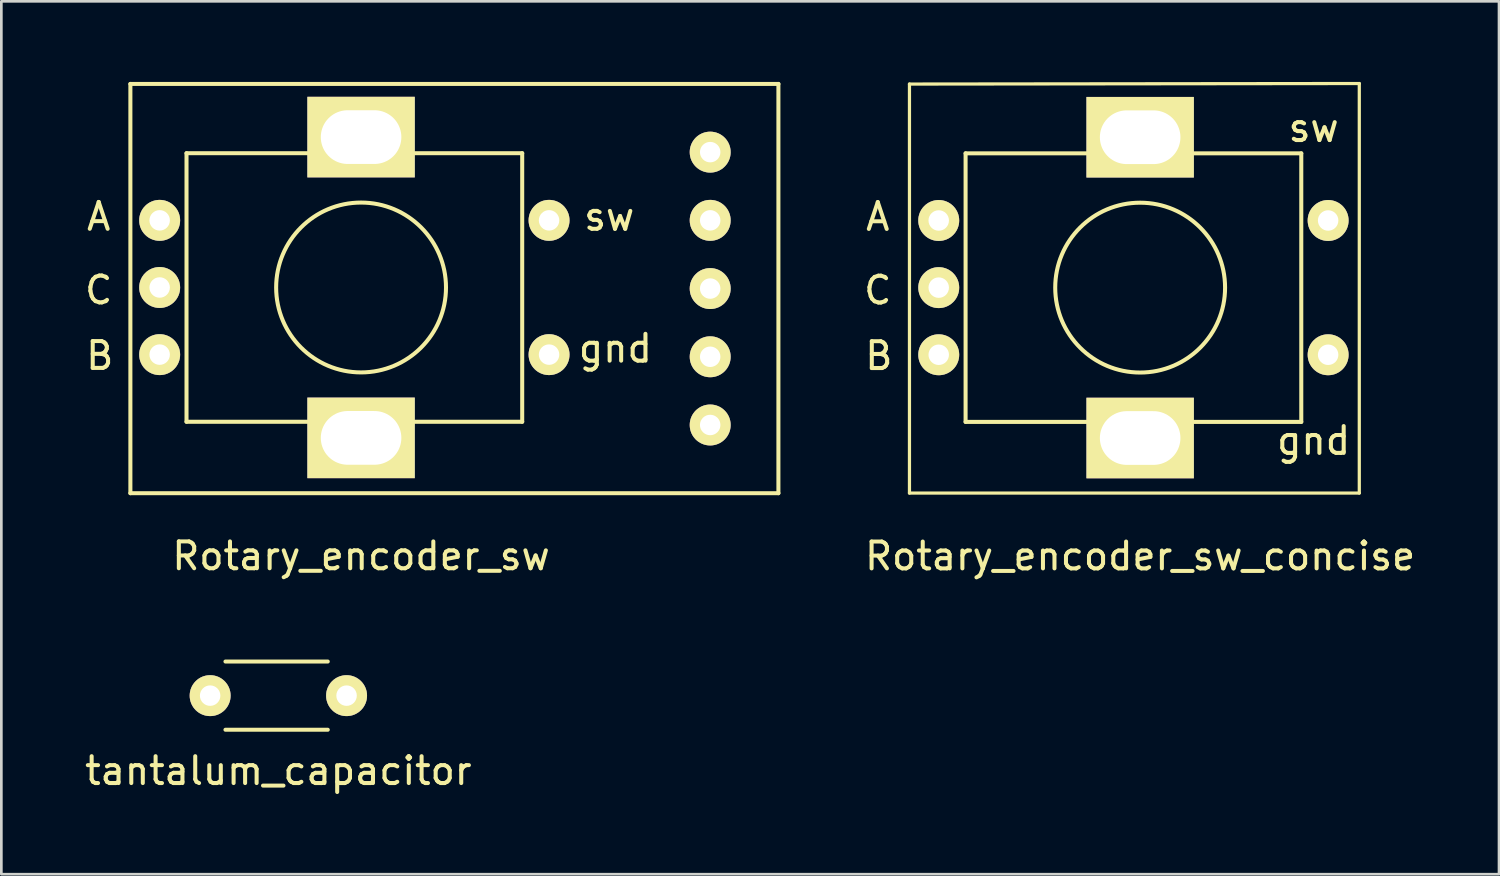
<source format=kicad_pcb>
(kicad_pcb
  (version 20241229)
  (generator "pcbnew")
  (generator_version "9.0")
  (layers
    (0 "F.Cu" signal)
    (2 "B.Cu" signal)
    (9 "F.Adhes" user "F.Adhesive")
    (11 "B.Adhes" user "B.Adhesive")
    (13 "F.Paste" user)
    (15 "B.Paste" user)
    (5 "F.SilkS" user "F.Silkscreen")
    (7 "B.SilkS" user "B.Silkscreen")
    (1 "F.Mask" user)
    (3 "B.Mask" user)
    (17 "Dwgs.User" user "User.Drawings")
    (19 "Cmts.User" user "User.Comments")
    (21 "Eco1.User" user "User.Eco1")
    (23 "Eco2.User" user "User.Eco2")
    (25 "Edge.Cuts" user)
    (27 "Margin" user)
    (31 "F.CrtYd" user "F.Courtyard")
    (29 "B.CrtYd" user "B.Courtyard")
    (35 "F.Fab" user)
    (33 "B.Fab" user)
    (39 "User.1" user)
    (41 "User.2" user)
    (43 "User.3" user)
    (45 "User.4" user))
  (footprint "Rotary_encoder_sw_concise"
    (layer "F.Cu")
    (at 39.415 7.76)
    (property "Reference" "Rotary_encoder_sw_concise" (at -0.01 9.9 0) (layer "F.SilkS") (effects (font (size 1 1) (thickness 0.15))))
    (attr through_hole)
    (fp_line (start -8.6 -7.68) (end 8.15 -7.7) (stroke (width 0.12) (type solid)) (layer "F.SilkS"))
    (fp_line (start -8.6 7.55) (end -8.6 -7.68) (stroke (width 0.12) (type solid)) (layer "F.SilkS"))
    (fp_line (start -6.51 -5.1) (end -6.51 4.9) (stroke (width 0.15) (type solid)) (layer "F.SilkS"))
    (fp_line (start -6.51 4.9) (end -2.01 4.9) (stroke (width 0.15) (type solid)) (layer "F.SilkS"))
    (fp_line (start -2.01 -5.1) (end -6.51 -5.1) (stroke (width 0.15) (type solid)) (layer "F.SilkS"))
    (fp_line (start 1.99 -5.1) (end 5.99 -5.1) (stroke (width 0.15) (type solid)) (layer "F.SilkS"))
    (fp_line (start 5.99 -5.1) (end 5.99 4.9) (stroke (width 0.15) (type solid)) (layer "F.SilkS"))
    (fp_line (start 5.99 4.9) (end 1.99 4.9) (stroke (width 0.15) (type solid)) (layer "F.SilkS"))
    (fp_line (start 8.15 -7.7) (end 8.15 7.55) (stroke (width 0.12) (type solid)) (layer "F.SilkS"))
    (fp_line (start 8.15 7.55) (end -8.6 7.55) (stroke (width 0.12) (type solid)) (layer "F.SilkS"))
    (fp_circle (center -0.01 -0.1) (end 0.99 2.9) (stroke (width 0.15) (type solid)) (fill no) (layer "F.SilkS"))
    (fp_text user "gnd" (at 6.45 5.6 0) (layer "F.SilkS") (effects (font (size 1 1) (thickness 0.15))))
    (fp_text user "C" (at -9.78 0 0) (layer "F.SilkS") (effects (font (size 1 1) (thickness 0.15))))
    (fp_text user "sw" (at 6.45 -6.05 0) (layer "F.SilkS") (effects (font (size 1 1) (thickness 0.15))))
    (fp_text user "A" (at -9.78 -2.74 0) (layer "F.SilkS") (effects (font (size 1 1) (thickness 0.15))))
    (fp_text user "B" (at -9.74 2.44 0) (layer "F.SilkS") (effects (font (size 1 1) (thickness 0.15))))
    (pad "" np_thru_hole rect (at -0.01 -5.7 270) (size 3 4) (drill oval 2 3) (layers "*.Cu" "*.Mask" "F.SilkS"))
    (pad "" np_thru_hole rect (at -0.01 5.5 270) (size 3 4) (drill oval 2 3) (layers "*.Cu" "*.Mask" "F.SilkS"))
    (pad "1" thru_hole circle (at -7.51 -2.6 270) (size 1.524 1.524) (drill 0.762) (layers "*.Cu" "*.Mask" "F.SilkS"))
    (pad "2" thru_hole circle (at -7.51 -0.1 270) (size 1.524 1.524) (drill 0.762) (layers "*.Cu" "*.Mask" "F.SilkS"))
    (pad "3" thru_hole circle (at -7.51 2.4 270) (size 1.524 1.524) (drill 0.762) (layers "*.Cu" "*.Mask" "F.SilkS"))
    (pad "4" thru_hole circle (at 6.99 -2.6 270) (size 1.524 1.524) (drill 0.762) (layers "*.Cu" "*.Mask" "F.SilkS"))
    (pad "5" thru_hole circle (at 6.99 2.4 270) (size 1.524 1.524) (drill 0.762) (layers "*.Cu" "*.Mask" "F.SilkS")))
  (footprint "Rotary_encoder_sw"
    (layer "F.Cu")
    (at 10.405 7.755)
    (property "Reference" "Rotary_encoder_sw" (at -0.01 9.9 0) (layer "F.SilkS") (effects (font (size 1 1) (thickness 0.15))))
    (attr through_hole)
    (fp_line (start -8.6 -7.68) (end 15.53 -7.68) (stroke (width 0.15) (type solid)) (layer "F.SilkS"))
    (fp_line (start -8.6 7.56) (end -8.6 -7.68) (stroke (width 0.15) (type solid)) (layer "F.SilkS"))
    (fp_line (start -6.51 -5.1) (end -6.51 4.9) (stroke (width 0.15) (type solid)) (layer "F.SilkS"))
    (fp_line (start -6.51 4.9) (end -2.01 4.9) (stroke (width 0.15) (type solid)) (layer "F.SilkS"))
    (fp_line (start -2.01 -5.1) (end -6.51 -5.1) (stroke (width 0.15) (type solid)) (layer "F.SilkS"))
    (fp_line (start 1.99 -5.1) (end 5.99 -5.1) (stroke (width 0.15) (type solid)) (layer "F.SilkS"))
    (fp_line (start 5.99 -5.1) (end 5.99 4.9) (stroke (width 0.15) (type solid)) (layer "F.SilkS"))
    (fp_line (start 5.99 4.9) (end 1.99 4.9) (stroke (width 0.15) (type solid)) (layer "F.SilkS"))
    (fp_line (start 15.53 -7.68) (end 15.53 7.56) (stroke (width 0.15) (type solid)) (layer "F.SilkS"))
    (fp_line (start 15.53 7.56) (end -8.6 7.56) (stroke (width 0.15) (type solid)) (layer "F.SilkS"))
    (fp_circle (center -0.01 -0.1) (end 0.99 2.9) (stroke (width 0.15) (type solid)) (fill no) (layer "F.SilkS"))
    (fp_text user "gnd" (at 9.46 2.17 0) (layer "F.SilkS") (effects (font (size 1 1) (thickness 0.15))))
    (fp_text user "B" (at -9.74 2.44 0) (layer "F.SilkS") (effects (font (size 1 1) (thickness 0.15))))
    (fp_text user "C" (at -9.78 0 0) (layer "F.SilkS") (effects (font (size 1 1) (thickness 0.15))))
    (fp_text user "A" (at -9.78 -2.74 0) (layer "F.SilkS") (effects (font (size 1 1) (thickness 0.15))))
    (fp_text user "sw" (at 9.23 -2.74 0) (layer "F.SilkS") (effects (font (size 1 1) (thickness 0.15))))
    (pad "" np_thru_hole rect (at -0.01 -5.7 270) (size 3 4) (drill oval 2 3) (layers "*.Cu" "*.Mask" "F.SilkS"))
    (pad "" np_thru_hole rect (at -0.01 5.5 270) (size 3 4) (drill oval 2 3) (layers "*.Cu" "*.Mask" "F.SilkS"))
    (pad "1" thru_hole circle (at -7.51 -2.6 270) (size 1.524 1.524) (drill 0.762) (layers "*.Cu" "*.Mask" "F.SilkS"))
    (pad "1" thru_hole circle (at 12.99 -5.14) (size 1.524 1.524) (drill 0.762) (layers "*.Cu" "*.Mask" "F.SilkS"))
    (pad "2" thru_hole circle (at -7.51 -0.1 270) (size 1.524 1.524) (drill 0.762) (layers "*.Cu" "*.Mask" "F.SilkS"))
    (pad "3" thru_hole circle (at -7.51 2.4 270) (size 1.524 1.524) (drill 0.762) (layers "*.Cu" "*.Mask" "F.SilkS"))
    (pad "3" thru_hole circle (at 12.99 -2.6) (size 1.524 1.524) (drill 0.762) (layers "*.Cu" "*.Mask" "F.SilkS"))
    (pad "4" thru_hole circle (at 6.99 -2.6 270) (size 1.524 1.524) (drill 0.762) (layers "*.Cu" "*.Mask" "F.SilkS"))
    (pad "4" thru_hole circle (at 12.99 -0.06) (size 1.524 1.524) (drill 0.762) (layers "*.Cu" "*.Mask" "F.SilkS"))
    (pad "5" thru_hole circle (at 6.99 2.4 270) (size 1.524 1.524) (drill 0.762) (layers "*.Cu" "*.Mask" "F.SilkS"))
    (pad "5" thru_hole circle (at 12.99 5.02) (size 1.524 1.524) (drill 0.762) (layers "*.Cu" "*.Mask" "F.SilkS"))
    (pad "6" thru_hole circle (at 12.99 2.48) (size 1.524 1.524) (drill 0.762) (layers "*.Cu" "*.Mask" "F.SilkS")))
  (footprint "tantalum_capacitor"
    (layer "F.Cu")
    (at 7.315 22.853)
    (property "Reference" "tantalum_capacitor" (at 0 2.8 0) (layer "F.SilkS") (effects (font (size 1 1) (thickness 0.15))))
    (attr through_hole)
    (fp_line (start -1.97 -1.27) (end 1.84 -1.27) (stroke (width 0.15) (type solid)) (layer "F.SilkS"))
    (fp_line (start -1.97 1.27) (end 1.84 1.27) (stroke (width 0.15) (type solid)) (layer "F.SilkS"))
    (pad "1" thru_hole circle (at -2.54 0) (size 1.524 1.524) (drill 0.762) (layers "*.Cu" "*.Mask" "F.SilkS"))
    (pad "2" thru_hole circle (at 2.54 0) (size 1.524 1.524) (drill 0.762) (layers "*.Cu" "*.Mask" "F.SilkS")))
  (gr_rect
    (start -3 -3)
    (end 52.768 29.502)
    (stroke (width 0.1) (type default))
    (fill no)
    (layer "Edge.Cuts")))
</source>
